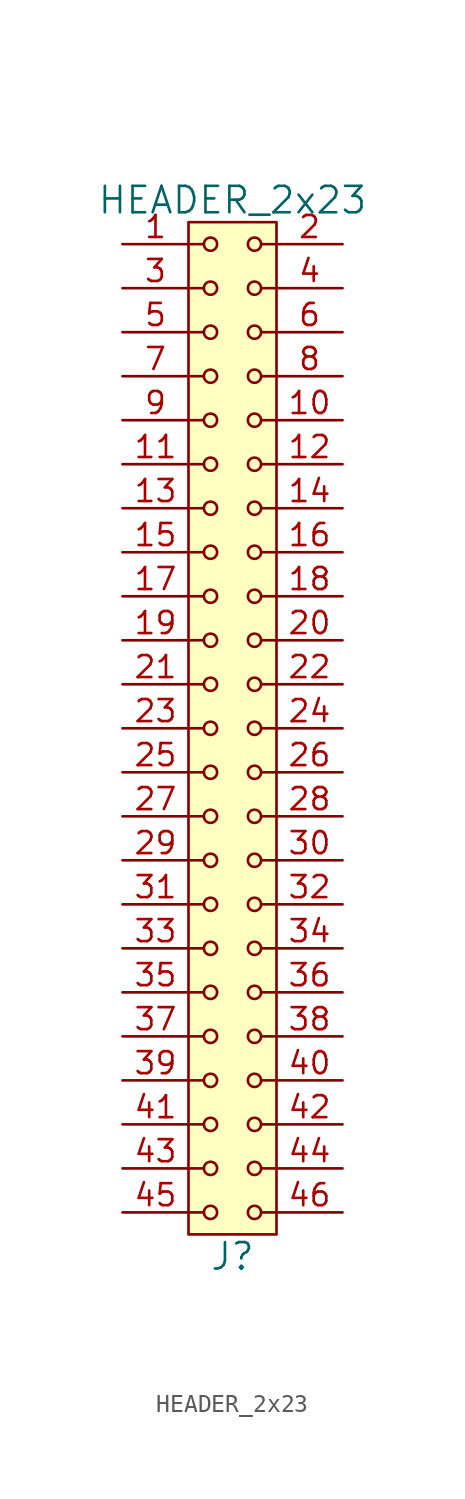
<source format=kicad_sym>
(kicad_symbol_lib
  (version 20211014)
  (generator kicad_symbol_editor)
  (symbol "HEADER_2x23"
    (pin_names
      (offset 1.016))
    (property "Reference" "J"
      (at 0 -30.48 0)
      (effects (font (size 1.524 1.524))))
    (property "Value" "HEADER_2x23"
      (at 0 30.48 0)
      (effects (font (size 1.524 1.524))))
    (property "Footprint" ""
      (at 0 27.94 0)
      (effects (font (size 1.524 1.524))))
    (property "Datasheet" ""
      (at 0 27.94 0)
      (effects (font (size 1.524 1.524))))
    (symbol "HEADER_2x23_0_1"
      (rectangle (start -2.54 29.21) (end 2.54 -29.21) (stroke (width 0) (type default) (color 0 0 0 0)) (fill (type background)))
      (circle (center -1.27 -27.94) (radius 0.381) (stroke (width 0) (type default) (color 0 0 0 0)) (fill (type none)))
      (circle (center -1.27 -25.4) (radius 0.381) (stroke (width 0) (type default) (color 0 0 0 0)) (fill (type none)))
      (circle (center -1.27 -22.86) (radius 0.381) (stroke (width 0) (type default) (color 0 0 0 0)) (fill (type none)))
      (circle (center -1.27 -20.32) (radius 0.381) (stroke (width 0) (type default) (color 0 0 0 0)) (fill (type none)))
      (circle (center -1.27 -17.78) (radius 0.381) (stroke (width 0) (type default) (color 0 0 0 0)) (fill (type none)))
      (circle (center -1.27 -15.24) (radius 0.381) (stroke (width 0) (type default) (color 0 0 0 0)) (fill (type none)))
      (circle (center -1.27 -12.7) (radius 0.381) (stroke (width 0) (type default) (color 0 0 0 0)) (fill (type none)))
      (circle (center -1.27 -10.16) (radius 0.381) (stroke (width 0) (type default) (color 0 0 0 0)) (fill (type none)))
      (circle (center -1.27 -7.62) (radius 0.381) (stroke (width 0) (type default) (color 0 0 0 0)) (fill (type none)))
      (circle (center -1.27 -5.08) (radius 0.381) (stroke (width 0) (type default) (color 0 0 0 0)) (fill (type none)))
      (circle (center -1.27 -2.54) (radius 0.381) (stroke (width 0) (type default) (color 0 0 0 0)) (fill (type none)))
      (circle (center -1.27 0) (radius 0.381) (stroke (width 0) (type default) (color 0 0 0 0)) (fill (type none)))
      (circle (center -1.27 2.54) (radius 0.381) (stroke (width 0) (type default) (color 0 0 0 0)) (fill (type none)))
      (circle (center -1.27 5.08) (radius 0.381) (stroke (width 0) (type default) (color 0 0 0 0)) (fill (type none)))
      (circle (center -1.27 7.62) (radius 0.381) (stroke (width 0) (type default) (color 0 0 0 0)) (fill (type none)))
      (circle (center -1.27 10.16) (radius 0.381) (stroke (width 0) (type default) (color 0 0 0 0)) (fill (type none)))
      (circle (center -1.27 12.7) (radius 0.381) (stroke (width 0) (type default) (color 0 0 0 0)) (fill (type none)))
      (circle (center -1.27 15.24) (radius 0.381) (stroke (width 0) (type default) (color 0 0 0 0)) (fill (type none)))
      (circle (center -1.27 17.78) (radius 0.381) (stroke (width 0) (type default) (color 0 0 0 0)) (fill (type none)))
      (circle (center -1.27 20.32) (radius 0.381) (stroke (width 0) (type default) (color 0 0 0 0)) (fill (type none)))
      (circle (center -1.27 22.86) (radius 0.381) (stroke (width 0) (type default) (color 0 0 0 0)) (fill (type none)))
      (circle (center -1.27 25.4) (radius 0.381) (stroke (width 0) (type default) (color 0 0 0 0)) (fill (type none)))
      (circle (center -1.27 27.94) (radius 0.381) (stroke (width 0) (type default) (color 0 0 0 0)) (fill (type none)))
      (polyline (pts (xy -1.651 -27.94) (xy -2.54 -27.94)) (stroke (width 0) (type default) (color 0 0 0 0)) (fill (type none)))
      (polyline (pts (xy -1.651 -25.4) (xy -2.54 -25.4)) (stroke (width 0) (type default) (color 0 0 0 0)) (fill (type none)))
      (polyline (pts (xy -1.651 -22.86) (xy -2.54 -22.86)) (stroke (width 0) (type default) (color 0 0 0 0)) (fill (type none)))
      (polyline (pts (xy -1.651 -20.32) (xy -2.54 -20.32)) (stroke (width 0) (type default) (color 0 0 0 0)) (fill (type none)))
      (polyline (pts (xy -1.651 -17.78) (xy -2.54 -17.78)) (stroke (width 0) (type default) (color 0 0 0 0)) (fill (type none)))
      (polyline (pts (xy -1.651 -15.24) (xy -2.54 -15.24)) (stroke (width 0) (type default) (color 0 0 0 0)) (fill (type none)))
      (polyline (pts (xy -1.651 -12.7) (xy -2.54 -12.7)) (stroke (width 0) (type default) (color 0 0 0 0)) (fill (type none)))
      (polyline (pts (xy -1.651 -10.16) (xy -2.54 -10.16)) (stroke (width 0) (type default) (color 0 0 0 0)) (fill (type none)))
      (polyline (pts (xy -1.651 -7.62) (xy -2.54 -7.62)) (stroke (width 0) (type default) (color 0 0 0 0)) (fill (type none)))
      (polyline (pts (xy -1.651 -5.08) (xy -2.54 -5.08)) (stroke (width 0) (type default) (color 0 0 0 0)) (fill (type none)))
      (polyline (pts (xy -1.651 -2.54) (xy -2.54 -2.54)) (stroke (width 0) (type default) (color 0 0 0 0)) (fill (type none)))
      (polyline (pts (xy -1.651 0) (xy -2.54 0)) (stroke (width 0) (type default) (color 0 0 0 0)) (fill (type none)))
      (polyline (pts (xy -1.651 2.54) (xy -2.54 2.54)) (stroke (width 0) (type default) (color 0 0 0 0)) (fill (type none)))
      (polyline (pts (xy -1.651 5.08) (xy -2.54 5.08)) (stroke (width 0) (type default) (color 0 0 0 0)) (fill (type none)))
      (polyline (pts (xy -1.651 7.62) (xy -2.54 7.62)) (stroke (width 0) (type default) (color 0 0 0 0)) (fill (type none)))
      (polyline (pts (xy -1.651 10.16) (xy -2.54 10.16)) (stroke (width 0) (type default) (color 0 0 0 0)) (fill (type none)))
      (polyline (pts (xy -1.651 12.7) (xy -2.54 12.7)) (stroke (width 0) (type default) (color 0 0 0 0)) (fill (type none)))
      (polyline (pts (xy -1.651 15.24) (xy -2.54 15.24)) (stroke (width 0) (type default) (color 0 0 0 0)) (fill (type none)))
      (polyline (pts (xy -1.651 17.78) (xy -2.54 17.78)) (stroke (width 0) (type default) (color 0 0 0 0)) (fill (type none)))
      (polyline (pts (xy -1.651 20.32) (xy -2.54 20.32)) (stroke (width 0) (type default) (color 0 0 0 0)) (fill (type none)))
      (polyline (pts (xy -1.651 22.86) (xy -2.54 22.86)) (stroke (width 0) (type default) (color 0 0 0 0)) (fill (type none)))
      (polyline (pts (xy -1.651 25.4) (xy -2.54 25.4)) (stroke (width 0) (type default) (color 0 0 0 0)) (fill (type none)))
      (polyline (pts (xy -1.651 27.94) (xy -2.54 27.94)) (stroke (width 0) (type default) (color 0 0 0 0)) (fill (type none)))
      (polyline (pts (xy 1.651 -27.94) (xy 2.54 -27.94)) (stroke (width 0) (type default) (color 0 0 0 0)) (fill (type none)))
      (polyline (pts (xy 1.651 -25.4) (xy 2.54 -25.4)) (stroke (width 0) (type default) (color 0 0 0 0)) (fill (type none)))
      (polyline (pts (xy 1.651 -22.86) (xy 2.54 -22.86)) (stroke (width 0) (type default) (color 0 0 0 0)) (fill (type none)))
      (polyline (pts (xy 1.651 -20.32) (xy 2.54 -20.32)) (stroke (width 0) (type default) (color 0 0 0 0)) (fill (type none)))
      (polyline (pts (xy 1.651 -17.78) (xy 2.54 -17.78)) (stroke (width 0) (type default) (color 0 0 0 0)) (fill (type none)))
      (polyline (pts (xy 1.651 -15.24) (xy 2.54 -15.24)) (stroke (width 0) (type default) (color 0 0 0 0)) (fill (type none)))
      (polyline (pts (xy 1.651 -12.7) (xy 2.54 -12.7)) (stroke (width 0) (type default) (color 0 0 0 0)) (fill (type none)))
      (polyline (pts (xy 1.651 -10.16) (xy 2.54 -10.16)) (stroke (width 0) (type default) (color 0 0 0 0)) (fill (type none)))
      (polyline (pts (xy 1.651 -7.62) (xy 2.54 -7.62)) (stroke (width 0) (type default) (color 0 0 0 0)) (fill (type none)))
      (polyline (pts (xy 1.651 -5.08) (xy 2.54 -5.08)) (stroke (width 0) (type default) (color 0 0 0 0)) (fill (type none)))
      (polyline (pts (xy 1.651 -2.54) (xy 2.54 -2.54)) (stroke (width 0) (type default) (color 0 0 0 0)) (fill (type none)))
      (polyline (pts (xy 1.651 0) (xy 2.54 0)) (stroke (width 0) (type default) (color 0 0 0 0)) (fill (type none)))
      (polyline (pts (xy 1.651 2.54) (xy 2.54 2.54)) (stroke (width 0) (type default) (color 0 0 0 0)) (fill (type none)))
      (polyline (pts (xy 1.651 5.08) (xy 2.54 5.08)) (stroke (width 0) (type default) (color 0 0 0 0)) (fill (type none)))
      (polyline (pts (xy 1.651 7.62) (xy 2.54 7.62)) (stroke (width 0) (type default) (color 0 0 0 0)) (fill (type none)))
      (polyline (pts (xy 1.651 10.16) (xy 2.54 10.16)) (stroke (width 0) (type default) (color 0 0 0 0)) (fill (type none)))
      (polyline (pts (xy 1.651 12.7) (xy 2.54 12.7)) (stroke (width 0) (type default) (color 0 0 0 0)) (fill (type none)))
      (polyline (pts (xy 1.651 15.24) (xy 2.54 15.24)) (stroke (width 0) (type default) (color 0 0 0 0)) (fill (type none)))
      (polyline (pts (xy 1.651 17.78) (xy 2.54 17.78)) (stroke (width 0) (type default) (color 0 0 0 0)) (fill (type none)))
      (polyline (pts (xy 1.651 20.32) (xy 2.54 20.32)) (stroke (width 0) (type default) (color 0 0 0 0)) (fill (type none)))
      (polyline (pts (xy 1.651 22.86) (xy 2.54 22.86)) (stroke (width 0) (type default) (color 0 0 0 0)) (fill (type none)))
      (polyline (pts (xy 1.651 25.4) (xy 2.54 25.4)) (stroke (width 0) (type default) (color 0 0 0 0)) (fill (type none)))
      (polyline (pts (xy 1.651 27.94) (xy 2.54 27.94)) (stroke (width 0) (type default) (color 0 0 0 0)) (fill (type none)))
      (circle (center 1.27 -27.94) (radius 0.381) (stroke (width 0) (type default) (color 0 0 0 0)) (fill (type none)))
      (circle (center 1.27 -25.4) (radius 0.381) (stroke (width 0) (type default) (color 0 0 0 0)) (fill (type none)))
      (circle (center 1.27 -22.86) (radius 0.381) (stroke (width 0) (type default) (color 0 0 0 0)) (fill (type none)))
      (circle (center 1.27 -20.32) (radius 0.381) (stroke (width 0) (type default) (color 0 0 0 0)) (fill (type none)))
      (circle (center 1.27 -17.78) (radius 0.381) (stroke (width 0) (type default) (color 0 0 0 0)) (fill (type none)))
      (circle (center 1.27 -15.24) (radius 0.381) (stroke (width 0) (type default) (color 0 0 0 0)) (fill (type none)))
      (circle (center 1.27 -12.7) (radius 0.381) (stroke (width 0) (type default) (color 0 0 0 0)) (fill (type none)))
      (circle (center 1.27 -10.16) (radius 0.381) (stroke (width 0) (type default) (color 0 0 0 0)) (fill (type none)))
      (circle (center 1.27 -7.62) (radius 0.381) (stroke (width 0) (type default) (color 0 0 0 0)) (fill (type none)))
      (circle (center 1.27 -5.08) (radius 0.381) (stroke (width 0) (type default) (color 0 0 0 0)) (fill (type none)))
      (circle (center 1.27 -2.54) (radius 0.381) (stroke (width 0) (type default) (color 0 0 0 0)) (fill (type none)))
      (circle (center 1.27 0) (radius 0.381) (stroke (width 0) (type default) (color 0 0 0 0)) (fill (type none)))
      (circle (center 1.27 2.54) (radius 0.381) (stroke (width 0) (type default) (color 0 0 0 0)) (fill (type none)))
      (circle (center 1.27 5.08) (radius 0.381) (stroke (width 0) (type default) (color 0 0 0 0)) (fill (type none)))
      (circle (center 1.27 7.62) (radius 0.381) (stroke (width 0) (type default) (color 0 0 0 0)) (fill (type none)))
      (circle (center 1.27 10.16) (radius 0.381) (stroke (width 0) (type default) (color 0 0 0 0)) (fill (type none)))
      (circle (center 1.27 12.7) (radius 0.381) (stroke (width 0) (type default) (color 0 0 0 0)) (fill (type none)))
      (circle (center 1.27 15.24) (radius 0.381) (stroke (width 0) (type default) (color 0 0 0 0)) (fill (type none)))
      (circle (center 1.27 17.78) (radius 0.381) (stroke (width 0) (type default) (color 0 0 0 0)) (fill (type none)))
      (circle (center 1.27 20.32) (radius 0.381) (stroke (width 0) (type default) (color 0 0 0 0)) (fill (type none)))
      (circle (center 1.27 22.86) (radius 0.381) (stroke (width 0) (type default) (color 0 0 0 0)) (fill (type none)))
      (circle (center 1.27 25.4) (radius 0.381) (stroke (width 0) (type default) (color 0 0 0 0)) (fill (type none)))
      (circle (center 1.27 27.94) (radius 0.381) (stroke (width 0) (type default) (color 0 0 0 0)) (fill (type none))))
    (symbol "HEADER_2x23_1_1"
      (pin input line (at -6.35 27.94 0) (length 3.81) (name "~" (effects (font (size 1.27 1.27)))) (number "1" (effects (font (size 1.27 1.27)))))
      (pin input line (at 6.35 17.78 180) (length 3.81) (name "~" (effects (font (size 1.27 1.27)))) (number "10" (effects (font (size 1.27 1.27)))))
      (pin input line (at -6.35 15.24 0) (length 3.81) (name "~" (effects (font (size 1.27 1.27)))) (number "11" (effects (font (size 1.27 1.27)))))
      (pin input line (at 6.35 15.24 180) (length 3.81) (name "~" (effects (font (size 1.27 1.27)))) (number "12" (effects (font (size 1.27 1.27)))))
      (pin input line (at -6.35 12.7 0) (length 3.81) (name "~" (effects (font (size 1.27 1.27)))) (number "13" (effects (font (size 1.27 1.27)))))
      (pin input line (at 6.35 12.7 180) (length 3.81) (name "~" (effects (font (size 1.27 1.27)))) (number "14" (effects (font (size 1.27 1.27)))))
      (pin input line (at -6.35 10.16 0) (length 3.81) (name "~" (effects (font (size 1.27 1.27)))) (number "15" (effects (font (size 1.27 1.27)))))
      (pin input line (at 6.35 10.16 180) (length 3.81) (name "~" (effects (font (size 1.27 1.27)))) (number "16" (effects (font (size 1.27 1.27)))))
      (pin input line (at -6.35 7.62 0) (length 3.81) (name "~" (effects (font (size 1.27 1.27)))) (number "17" (effects (font (size 1.27 1.27)))))
      (pin input line (at 6.35 7.62 180) (length 3.81) (name "~" (effects (font (size 1.27 1.27)))) (number "18" (effects (font (size 1.27 1.27)))))
      (pin input line (at -6.35 5.08 0) (length 3.81) (name "~" (effects (font (size 1.27 1.27)))) (number "19" (effects (font (size 1.27 1.27)))))
      (pin input line (at 6.35 27.94 180) (length 3.81) (name "~" (effects (font (size 1.27 1.27)))) (number "2" (effects (font (size 1.27 1.27)))))
      (pin input line (at 6.35 5.08 180) (length 3.81) (name "~" (effects (font (size 1.27 1.27)))) (number "20" (effects (font (size 1.27 1.27)))))
      (pin input line (at -6.35 2.54 0) (length 3.81) (name "~" (effects (font (size 1.27 1.27)))) (number "21" (effects (font (size 1.27 1.27)))))
      (pin input line (at 6.35 2.54 180) (length 3.81) (name "~" (effects (font (size 1.27 1.27)))) (number "22" (effects (font (size 1.27 1.27)))))
      (pin input line (at -6.35 0 0) (length 3.81) (name "~" (effects (font (size 1.27 1.27)))) (number "23" (effects (font (size 1.27 1.27)))))
      (pin input line (at 6.35 0 180) (length 3.81) (name "~" (effects (font (size 1.27 1.27)))) (number "24" (effects (font (size 1.27 1.27)))))
      (pin input line (at -6.35 -2.54 0) (length 3.81) (name "~" (effects (font (size 1.27 1.27)))) (number "25" (effects (font (size 1.27 1.27)))))
      (pin input line (at 6.35 -2.54 180) (length 3.81) (name "~" (effects (font (size 1.27 1.27)))) (number "26" (effects (font (size 1.27 1.27)))))
      (pin input line (at -6.35 -5.08 0) (length 3.81) (name "~" (effects (font (size 1.27 1.27)))) (number "27" (effects (font (size 1.27 1.27)))))
      (pin input line (at 6.35 -5.08 180) (length 3.81) (name "~" (effects (font (size 1.27 1.27)))) (number "28" (effects (font (size 1.27 1.27)))))
      (pin input line (at -6.35 -7.62 0) (length 3.81) (name "~" (effects (font (size 1.27 1.27)))) (number "29" (effects (font (size 1.27 1.27)))))
      (pin input line (at -6.35 25.4 0) (length 3.81) (name "~" (effects (font (size 1.27 1.27)))) (number "3" (effects (font (size 1.27 1.27)))))
      (pin input line (at 6.35 -7.62 180) (length 3.81) (name "~" (effects (font (size 1.27 1.27)))) (number "30" (effects (font (size 1.27 1.27)))))
      (pin input line (at -6.35 -10.16 0) (length 3.81) (name "~" (effects (font (size 1.27 1.27)))) (number "31" (effects (font (size 1.27 1.27)))))
      (pin input line (at 6.35 -10.16 180) (length 3.81) (name "~" (effects (font (size 1.27 1.27)))) (number "32" (effects (font (size 1.27 1.27)))))
      (pin input line (at -6.35 -12.7 0) (length 3.81) (name "~" (effects (font (size 1.27 1.27)))) (number "33" (effects (font (size 1.27 1.27)))))
      (pin input line (at 6.35 -12.7 180) (length 3.81) (name "~" (effects (font (size 1.27 1.27)))) (number "34" (effects (font (size 1.27 1.27)))))
      (pin input line (at -6.35 -15.24 0) (length 3.81) (name "~" (effects (font (size 1.27 1.27)))) (number "35" (effects (font (size 1.27 1.27)))))
      (pin input line (at 6.35 -15.24 180) (length 3.81) (name "~" (effects (font (size 1.27 1.27)))) (number "36" (effects (font (size 1.27 1.27)))))
      (pin input line (at -6.35 -17.78 0) (length 3.81) (name "~" (effects (font (size 1.27 1.27)))) (number "37" (effects (font (size 1.27 1.27)))))
      (pin input line (at 6.35 -17.78 180) (length 3.81) (name "~" (effects (font (size 1.27 1.27)))) (number "38" (effects (font (size 1.27 1.27)))))
      (pin input line (at -6.35 -20.32 0) (length 3.81) (name "~" (effects (font (size 1.27 1.27)))) (number "39" (effects (font (size 1.27 1.27)))))
      (pin input line (at 6.35 25.4 180) (length 3.81) (name "~" (effects (font (size 1.27 1.27)))) (number "4" (effects (font (size 1.27 1.27)))))
      (pin input line (at 6.35 -20.32 180) (length 3.81) (name "~" (effects (font (size 1.27 1.27)))) (number "40" (effects (font (size 1.27 1.27)))))
      (pin input line (at -6.35 -22.86 0) (length 3.81) (name "~" (effects (font (size 1.27 1.27)))) (number "41" (effects (font (size 1.27 1.27)))))
      (pin input line (at 6.35 -22.86 180) (length 3.81) (name "~" (effects (font (size 1.27 1.27)))) (number "42" (effects (font (size 1.27 1.27)))))
      (pin input line (at -6.35 -25.4 0) (length 3.81) (name "~" (effects (font (size 1.27 1.27)))) (number "43" (effects (font (size 1.27 1.27)))))
      (pin input line (at 6.35 -25.4 180) (length 3.81) (name "~" (effects (font (size 1.27 1.27)))) (number "44" (effects (font (size 1.27 1.27)))))
      (pin input line (at -6.35 -27.94 0) (length 3.81) (name "~" (effects (font (size 1.27 1.27)))) (number "45" (effects (font (size 1.27 1.27)))))
      (pin input line (at 6.35 -27.94 180) (length 3.81) (name "~" (effects (font (size 1.27 1.27)))) (number "46" (effects (font (size 1.27 1.27)))))
      (pin input line (at -6.35 22.86 0) (length 3.81) (name "~" (effects (font (size 1.27 1.27)))) (number "5" (effects (font (size 1.27 1.27)))))
      (pin input line (at 6.35 22.86 180) (length 3.81) (name "~" (effects (font (size 1.27 1.27)))) (number "6" (effects (font (size 1.27 1.27)))))
      (pin input line (at -6.35 20.32 0) (length 3.81) (name "~" (effects (font (size 1.27 1.27)))) (number "7" (effects (font (size 1.27 1.27)))))
      (pin input line (at 6.35 20.32 180) (length 3.81) (name "~" (effects (font (size 1.27 1.27)))) (number "8" (effects (font (size 1.27 1.27)))))
      (pin input line (at -6.35 17.78 0) (length 3.81) (name "~" (effects (font (size 1.27 1.27)))) (number "9" (effects (font (size 1.27 1.27))))))))
</source>
